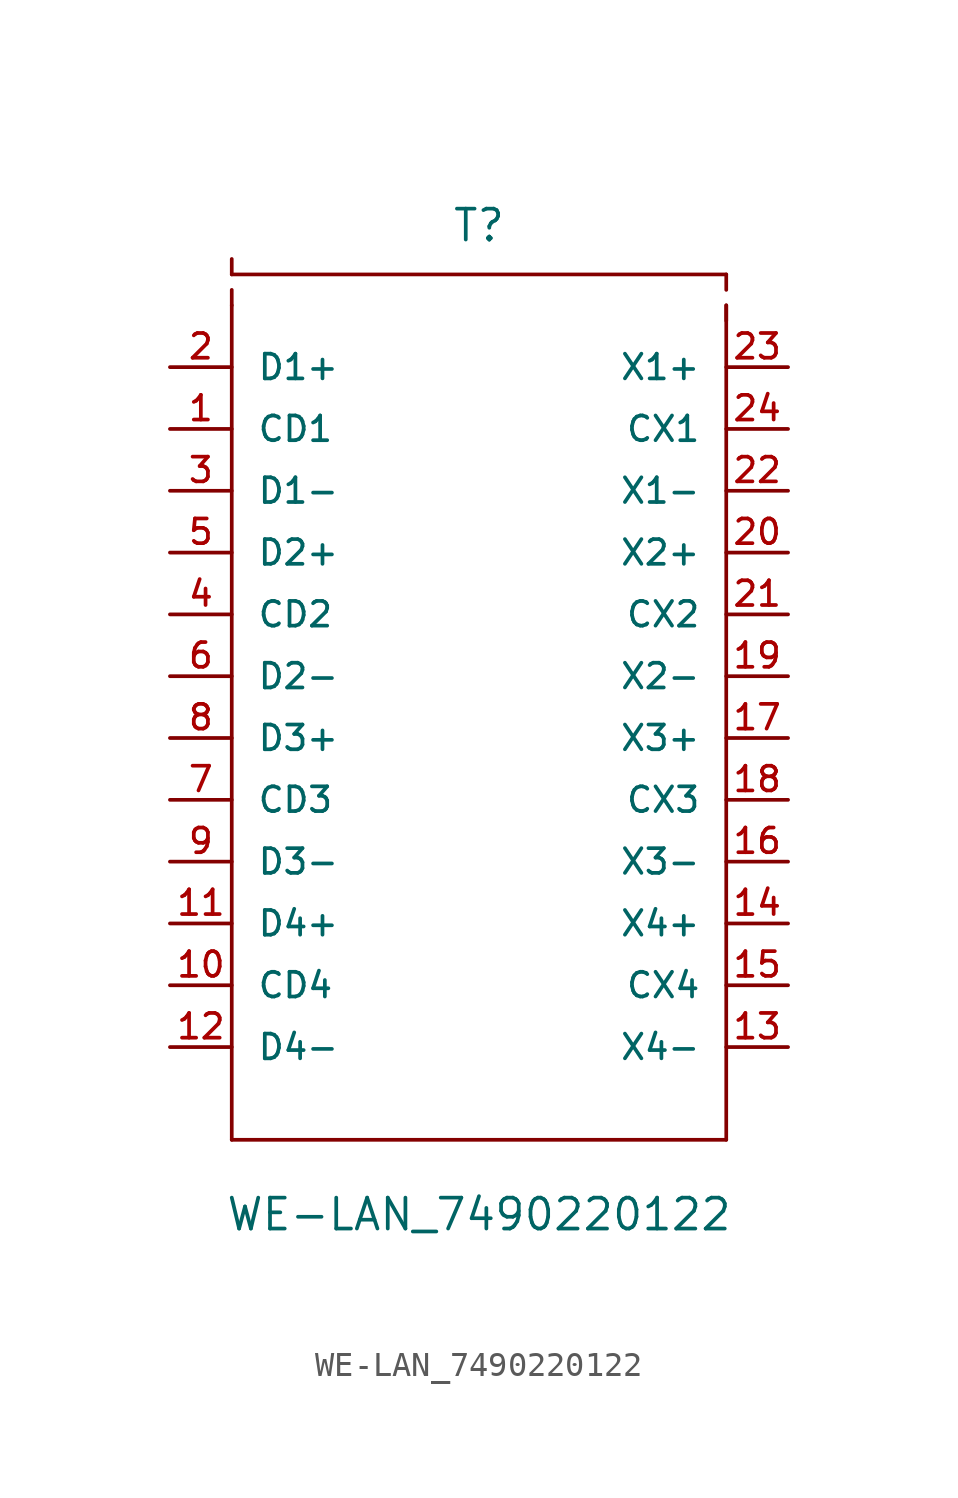
<source format=kicad_sym>
(kicad_symbol_lib
  (version 20211014)
  (generator kicad_symbol_editor)
  (symbol "WE-LAN_7490220122"
    (pin_names
      (offset 1.016))
    (property "Reference" "T"
      (at 0.0 17.78 0)
      (effects (font (size 1.27 1.27)) (justify bottom)))
    (property "Value" "WE-LAN_7490220122"
      (at 0.0 -22.86 0)
      (effects (font (size 1.27 1.27)) (justify bottom)))
    (symbol "WE-LAN_7490220122_0_0"
      (polyline (pts (xy -10.16 16.51) (xy 10.16 16.51)) (stroke (width 0.152)))
      (polyline (pts (xy 10.16 15.24) (xy 10.16 -19.05)) (stroke (width 0.152)))
      (polyline (pts (xy 10.16 -19.05) (xy -10.16 -19.05)) (stroke (width 0.152)))
      (polyline (pts (xy -10.16 -19.05) (xy -10.16 15.24)) (stroke (width 0.152)))
      (polyline (pts (xy 10.16 16.51) (xy 10.16 15.875)) (stroke (width 0.152)))
      (polyline (pts (xy 10.16 14.605) (xy 10.16 15.24)) (stroke (width 0.152)))
      (polyline (pts (xy -10.16 15.24) (xy -10.16 15.875)) (stroke (width 0.152)))
      (polyline (pts (xy -10.16 17.145) (xy -10.16 16.51)) (stroke (width 0.152)))
      (pin passive line (at -12.7 12.7 0) (length 2.54) (name "D1+" (effects (font (size 1.016 1.016)))) (number "2" (effects (font (size 1.016 1.016)))))
      (pin passive line (at -12.7 10.16 0) (length 2.54) (name "CD1" (effects (font (size 1.016 1.016)))) (number "1" (effects (font (size 1.016 1.016)))))
      (pin passive line (at -12.7 7.62 0) (length 2.54) (name "D1-" (effects (font (size 1.016 1.016)))) (number "3" (effects (font (size 1.016 1.016)))))
      (pin passive line (at 12.7 7.62 180.0) (length 2.54) (name "X1-" (effects (font (size 1.016 1.016)))) (number "22" (effects (font (size 1.016 1.016)))))
      (pin passive line (at 12.7 10.16 180.0) (length 2.54) (name "CX1" (effects (font (size 1.016 1.016)))) (number "24" (effects (font (size 1.016 1.016)))))
      (pin passive line (at 12.7 12.7 180.0) (length 2.54) (name "X1+" (effects (font (size 1.016 1.016)))) (number "23" (effects (font (size 1.016 1.016)))))
      (pin passive line (at -12.7 5.08 0) (length 2.54) (name "D2+" (effects (font (size 1.016 1.016)))) (number "5" (effects (font (size 1.016 1.016)))))
      (pin passive line (at -12.7 2.54 0) (length 2.54) (name "CD2" (effects (font (size 1.016 1.016)))) (number "4" (effects (font (size 1.016 1.016)))))
      (pin passive line (at -12.7 0.0 0) (length 2.54) (name "D2-" (effects (font (size 1.016 1.016)))) (number "6" (effects (font (size 1.016 1.016)))))
      (pin passive line (at 12.7 0.0 180.0) (length 2.54) (name "X2-" (effects (font (size 1.016 1.016)))) (number "19" (effects (font (size 1.016 1.016)))))
      (pin passive line (at 12.7 2.54 180.0) (length 2.54) (name "CX2" (effects (font (size 1.016 1.016)))) (number "21" (effects (font (size 1.016 1.016)))))
      (pin passive line (at 12.7 5.08 180.0) (length 2.54) (name "X2+" (effects (font (size 1.016 1.016)))) (number "20" (effects (font (size 1.016 1.016)))))
      (pin passive line (at -12.7 -2.54 0) (length 2.54) (name "D3+" (effects (font (size 1.016 1.016)))) (number "8" (effects (font (size 1.016 1.016)))))
      (pin passive line (at -12.7 -5.08 0) (length 2.54) (name "CD3" (effects (font (size 1.016 1.016)))) (number "7" (effects (font (size 1.016 1.016)))))
      (pin passive line (at -12.7 -7.62 0) (length 2.54) (name "D3-" (effects (font (size 1.016 1.016)))) (number "9" (effects (font (size 1.016 1.016)))))
      (pin passive line (at 12.7 -7.62 180.0) (length 2.54) (name "X3-" (effects (font (size 1.016 1.016)))) (number "16" (effects (font (size 1.016 1.016)))))
      (pin passive line (at 12.7 -5.08 180.0) (length 2.54) (name "CX3" (effects (font (size 1.016 1.016)))) (number "18" (effects (font (size 1.016 1.016)))))
      (pin passive line (at 12.7 -2.54 180.0) (length 2.54) (name "X3+" (effects (font (size 1.016 1.016)))) (number "17" (effects (font (size 1.016 1.016)))))
      (pin passive line (at -12.7 -10.16 0) (length 2.54) (name "D4+" (effects (font (size 1.016 1.016)))) (number "11" (effects (font (size 1.016 1.016)))))
      (pin passive line (at -12.7 -12.7 0) (length 2.54) (name "CD4" (effects (font (size 1.016 1.016)))) (number "10" (effects (font (size 1.016 1.016)))))
      (pin passive line (at -12.7 -15.24 0) (length 2.54) (name "D4-" (effects (font (size 1.016 1.016)))) (number "12" (effects (font (size 1.016 1.016)))))
      (pin passive line (at 12.7 -15.24 180.0) (length 2.54) (name "X4-" (effects (font (size 1.016 1.016)))) (number "13" (effects (font (size 1.016 1.016)))))
      (pin passive line (at 12.7 -12.7 180.0) (length 2.54) (name "CX4" (effects (font (size 1.016 1.016)))) (number "15" (effects (font (size 1.016 1.016)))))
      (pin passive line (at 12.7 -10.16 180.0) (length 2.54) (name "X4+" (effects (font (size 1.016 1.016)))) (number "14" (effects (font (size 1.016 1.016))))))))
</source>
